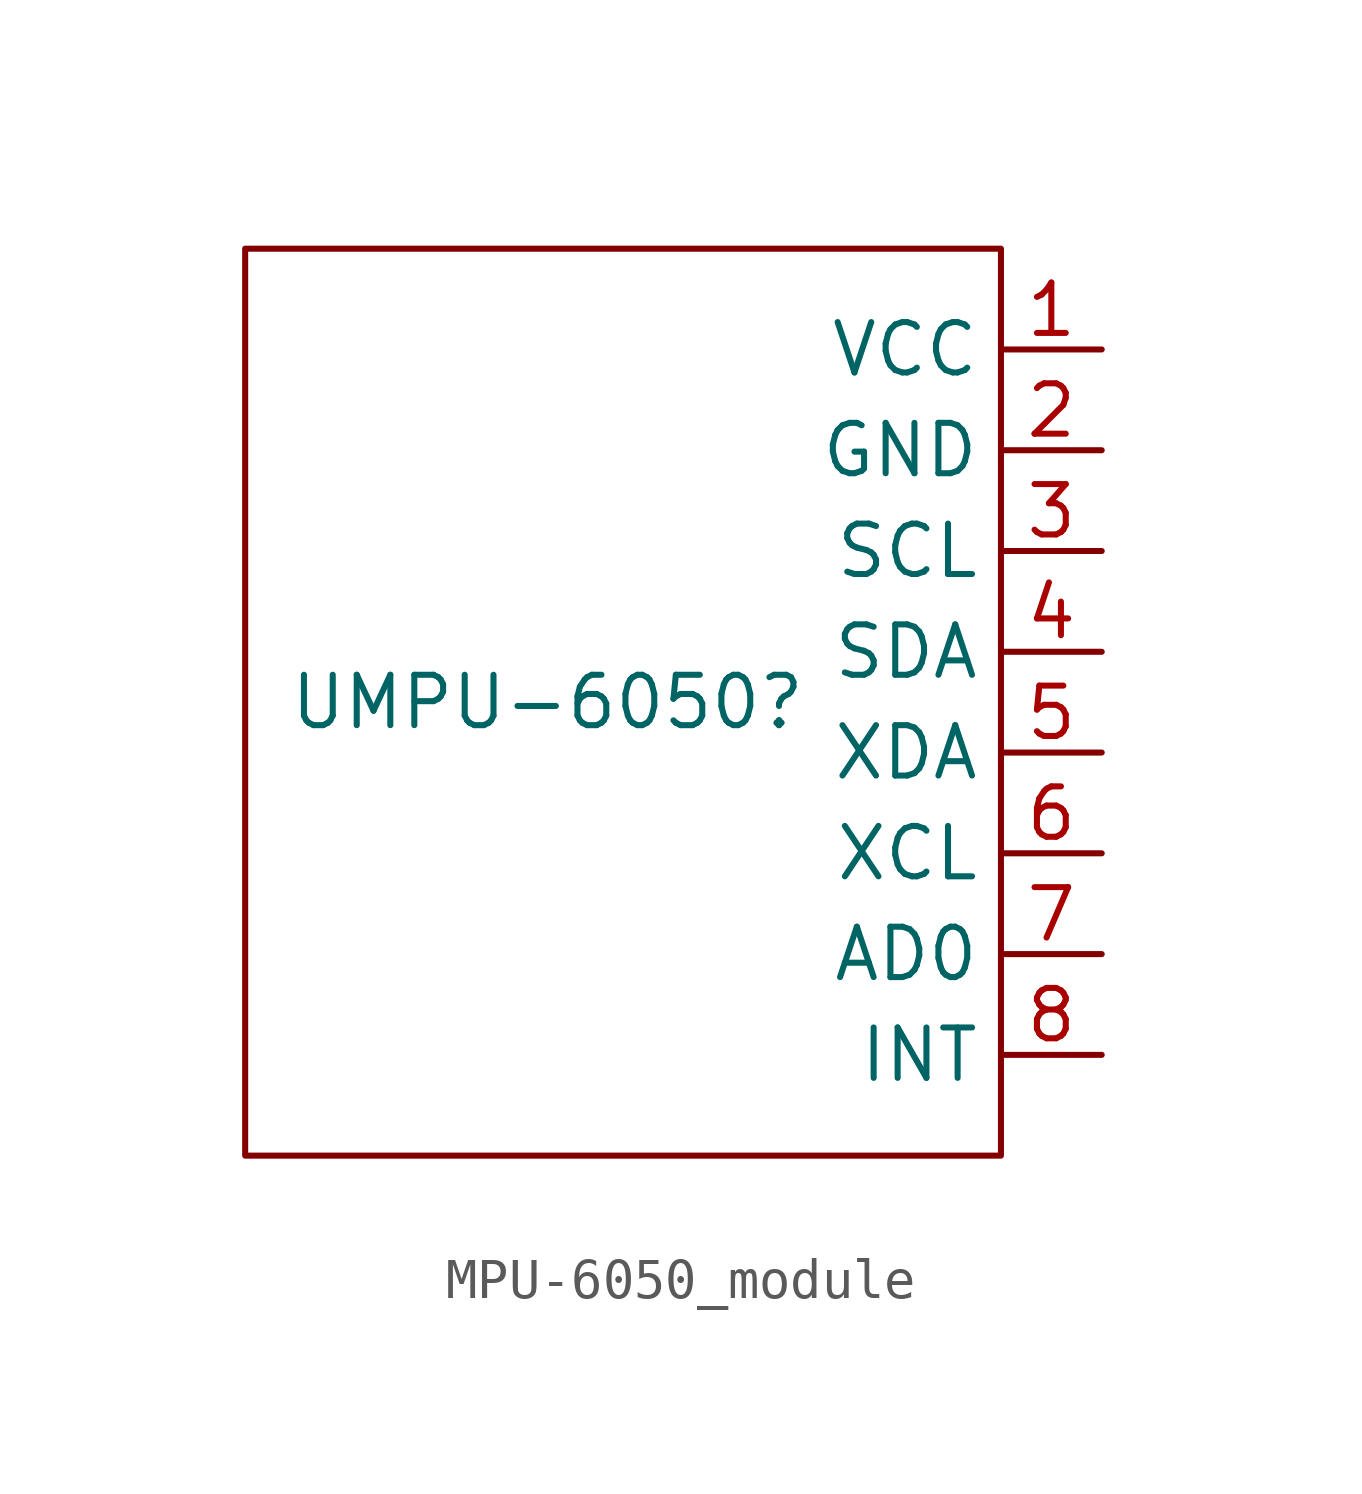
<source format=kicad_sym>
(kicad_symbol_lib
  (version 20220914)
  (generator kicad_symbol_editor)
  (symbol "MPU-6050_module"
    (property "Reference" "UMPU-6050"
      (at 0 0 0)
      (effects (font (size 1.27 1.27))))
    (property "Value" ""
      (at 0 0 0)
      (effects (font (size 1.27 1.27))))
    (symbol "MPU-6050_module_0_1"
      (rectangle (start 11.43 11.43) (end -7.62 -11.43) (stroke (width 0) (type default)) (fill (type none))))
    (symbol "MPU-6050_module_1_1"
      (pin input line (at 13.97 8.89 180) (length 2.54) (name "VCC" (effects (font (size 1.27 1.27)))) (number "1" (effects (font (size 1.27 1.27)))))
      (pin input line (at 13.97 6.35 180) (length 2.54) (name "GND" (effects (font (size 1.27 1.27)))) (number "2" (effects (font (size 1.27 1.27)))))
      (pin input line (at 13.97 3.81 180) (length 2.54) (name "SCL" (effects (font (size 1.27 1.27)))) (number "3" (effects (font (size 1.27 1.27)))))
      (pin bidirectional line (at 13.97 1.27 180) (length 2.54) (name "SDA" (effects (font (size 1.27 1.27)))) (number "4" (effects (font (size 1.27 1.27)))))
      (pin bidirectional line (at 13.97 -1.27 180) (length 2.54) (name "XDA" (effects (font (size 1.27 1.27)))) (number "5" (effects (font (size 1.27 1.27)))))
      (pin bidirectional line (at 13.97 -3.81 180) (length 2.54) (name "XCL" (effects (font (size 1.27 1.27)))) (number "6" (effects (font (size 1.27 1.27)))))
      (pin bidirectional line (at 13.97 -6.35 180) (length 2.54) (name "AD0" (effects (font (size 1.27 1.27)))) (number "7" (effects (font (size 1.27 1.27)))))
      (pin output line (at 13.97 -8.89 180) (length 2.54) (name "INT" (effects (font (size 1.27 1.27)))) (number "8" (effects (font (size 1.27 1.27))))))))
</source>
